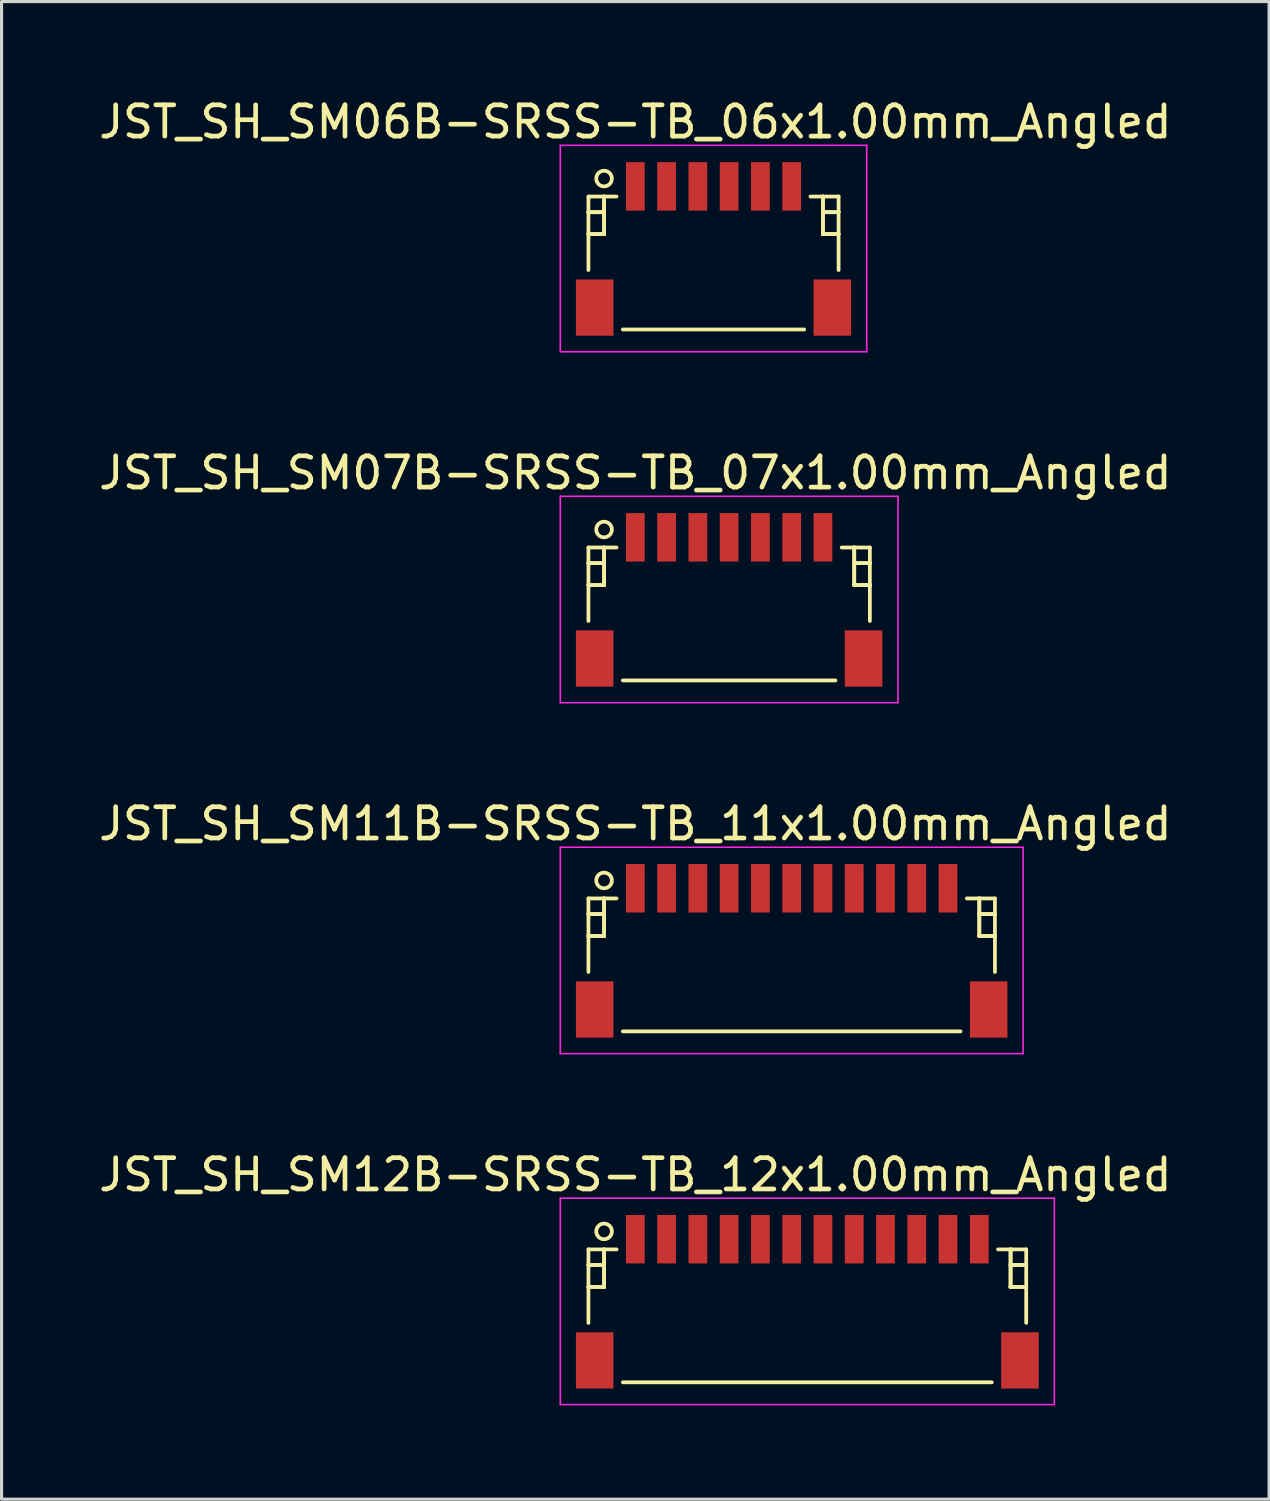
<source format=kicad_pcb>
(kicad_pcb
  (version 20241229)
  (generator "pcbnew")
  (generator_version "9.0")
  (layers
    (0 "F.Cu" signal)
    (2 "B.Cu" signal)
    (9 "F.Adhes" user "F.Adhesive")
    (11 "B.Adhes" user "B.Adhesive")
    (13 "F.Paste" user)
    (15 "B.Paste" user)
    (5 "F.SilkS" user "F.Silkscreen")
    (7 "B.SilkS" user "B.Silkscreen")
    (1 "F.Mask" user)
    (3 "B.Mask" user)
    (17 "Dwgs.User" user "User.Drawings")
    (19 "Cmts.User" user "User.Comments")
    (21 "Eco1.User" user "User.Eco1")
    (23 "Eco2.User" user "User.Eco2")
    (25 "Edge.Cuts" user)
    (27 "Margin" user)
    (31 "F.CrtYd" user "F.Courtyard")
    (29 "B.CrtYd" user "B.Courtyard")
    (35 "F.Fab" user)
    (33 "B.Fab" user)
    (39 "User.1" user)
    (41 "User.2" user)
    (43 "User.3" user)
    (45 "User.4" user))
  (footprint "JST_SH_SM11B-SRSS-TB_11x1.00mm_Angled"
    (layer "F.Cu")
    (at 22.268 27.295)
    (property "Reference" "JST_SH_SM11B-SRSS-TB_11x1.00mm_Angled" (at -5 -4 0) (layer "F.SilkS") (effects (font (size 1 1) (thickness 0.15))))
    (attr smd)
    (fp_line (start -6.5 -1.613) (end -5.6 -1.613) (stroke (width 0.12) (type solid)) (layer "F.SilkS"))
    (fp_line (start -6.5 -1.113) (end -6.5 -1.113) (stroke (width 0.12) (type solid)) (layer "F.SilkS"))
    (fp_line (start -6.5 -1.113) (end -6 -1.113) (stroke (width 0.12) (type solid)) (layer "F.SilkS"))
    (fp_line (start -6.5 -0.412) (end -6.5 -0.412) (stroke (width 0.12) (type solid)) (layer "F.SilkS"))
    (fp_line (start -6.5 -0.412) (end -6 -0.412) (stroke (width 0.12) (type solid)) (layer "F.SilkS"))
    (fp_line (start -6.5 0.738) (end -6.5 -1.613) (stroke (width 0.12) (type solid)) (layer "F.SilkS"))
    (fp_line (start -6 -1.613) (end -6 -1.613) (stroke (width 0.12) (type solid)) (layer "F.SilkS"))
    (fp_line (start -6 -1.613) (end -6 -0.412) (stroke (width 0.12) (type solid)) (layer "F.SilkS"))
    (fp_line (start -6 -1.113) (end -6.5 -1.113) (stroke (width 0.12) (type solid)) (layer "F.SilkS"))
    (fp_line (start -6 -1.113) (end -6 -1.113) (stroke (width 0.12) (type solid)) (layer "F.SilkS"))
    (fp_line (start -6 -0.412) (end -6.5 -0.412) (stroke (width 0.12) (type solid)) (layer "F.SilkS"))
    (fp_line (start -6 -0.412) (end -6 -1.613) (stroke (width 0.12) (type solid)) (layer "F.SilkS"))
    (fp_line (start -6 -0.412) (end -6 -0.412) (stroke (width 0.12) (type solid)) (layer "F.SilkS"))
    (fp_line (start -6 -0.412) (end -6 -0.412) (stroke (width 0.12) (type solid)) (layer "F.SilkS"))
    (fp_line (start -5.4 2.638) (end 5.4 2.638) (stroke (width 0.12) (type solid)) (layer "F.SilkS"))
    (fp_line (start 6 -1.613) (end 6 -1.613) (stroke (width 0.12) (type solid)) (layer "F.SilkS"))
    (fp_line (start 6 -1.613) (end 6 -0.412) (stroke (width 0.12) (type solid)) (layer "F.SilkS"))
    (fp_line (start 6 -1.113) (end 6 -1.113) (stroke (width 0.12) (type solid)) (layer "F.SilkS"))
    (fp_line (start 6 -1.113) (end 6.5 -1.113) (stroke (width 0.12) (type solid)) (layer "F.SilkS"))
    (fp_line (start 6 -0.412) (end 6 -1.613) (stroke (width 0.12) (type solid)) (layer "F.SilkS"))
    (fp_line (start 6 -0.412) (end 6 -0.412) (stroke (width 0.12) (type solid)) (layer "F.SilkS"))
    (fp_line (start 6 -0.412) (end 6 -0.412) (stroke (width 0.12) (type solid)) (layer "F.SilkS"))
    (fp_line (start 6 -0.412) (end 6.5 -0.412) (stroke (width 0.12) (type solid)) (layer "F.SilkS"))
    (fp_line (start 6.5 -1.613) (end 5.6 -1.613) (stroke (width 0.12) (type solid)) (layer "F.SilkS"))
    (fp_line (start 6.5 -1.113) (end 6 -1.113) (stroke (width 0.12) (type solid)) (layer "F.SilkS"))
    (fp_line (start 6.5 -1.113) (end 6.5 -1.113) (stroke (width 0.12) (type solid)) (layer "F.SilkS"))
    (fp_line (start 6.5 -0.412) (end 6 -0.412) (stroke (width 0.12) (type solid)) (layer "F.SilkS"))
    (fp_line (start 6.5 -0.412) (end 6.5 -0.412) (stroke (width 0.12) (type solid)) (layer "F.SilkS"))
    (fp_line (start 6.5 0.738) (end 6.5 -1.613) (stroke (width 0.12) (type solid)) (layer "F.SilkS"))
    (fp_circle (center -6 -2.188) (end -5.75 -2.188) (stroke (width 0.12) (type solid)) (fill no) (layer "F.SilkS"))
    (fp_line (start -7.4 -3.25) (end 7.4 -3.25) (stroke (width 0.05) (type solid)) (layer "F.CrtYd"))
    (fp_line (start -7.4 3.35) (end -7.4 -3.25) (stroke (width 0.05) (type solid)) (layer "F.CrtYd"))
    (fp_line (start 7.4 -3.25) (end 7.4 3.35) (stroke (width 0.05) (type solid)) (layer "F.CrtYd"))
    (fp_line (start 7.4 3.35) (end -7.4 3.35) (stroke (width 0.05) (type solid)) (layer "F.CrtYd"))
    (pad "" smd rect (at -6.3 1.938) (size 1.2 1.8) (layers "F.Cu" "F.Mask" "F.Paste"))
    (pad "" smd rect (at 6.3 1.938) (size 1.2 1.8) (layers "F.Cu" "F.Mask" "F.Paste"))
    (pad "1" smd rect (at -5 -1.938) (size 0.6 1.55) (layers "F.Cu" "F.Mask" "F.Paste"))
    (pad "2" smd rect (at -4 -1.938) (size 0.6 1.55) (layers "F.Cu" "F.Mask" "F.Paste"))
    (pad "3" smd rect (at -3 -1.938) (size 0.6 1.55) (layers "F.Cu" "F.Mask" "F.Paste"))
    (pad "4" smd rect (at -2 -1.938) (size 0.6 1.55) (layers "F.Cu" "F.Mask" "F.Paste"))
    (pad "5" smd rect (at -1 -1.938) (size 0.6 1.55) (layers "F.Cu" "F.Mask" "F.Paste"))
    (pad "6" smd rect (at 0 -1.938) (size 0.6 1.55) (layers "F.Cu" "F.Mask" "F.Paste"))
    (pad "7" smd rect (at 1 -1.938) (size 0.6 1.55) (layers "F.Cu" "F.Mask" "F.Paste"))
    (pad "8" smd rect (at 2 -1.938) (size 0.6 1.55) (layers "F.Cu" "F.Mask" "F.Paste"))
    (pad "9" smd rect (at 3 -1.938) (size 0.6 1.55) (layers "F.Cu" "F.Mask" "F.Paste"))
    (pad "10" smd rect (at 4 -1.938) (size 0.6 1.55) (layers "F.Cu" "F.Mask" "F.Paste"))
    (pad "11" smd rect (at 5 -1.938) (size 0.6 1.55) (layers "F.Cu" "F.Mask" "F.Paste")))
  (footprint "JST_SH_SM07B-SRSS-TB_07x1.00mm_Angled"
    (layer "F.Cu")
    (at 20.268 16.072)
    (property "Reference" "JST_SH_SM07B-SRSS-TB_07x1.00mm_Angled" (at -3 -4 0) (layer "F.SilkS") (effects (font (size 1 1) (thickness 0.15))))
    (attr smd)
    (fp_line (start -4.5 -1.613) (end -3.6 -1.613) (stroke (width 0.12) (type solid)) (layer "F.SilkS"))
    (fp_line (start -4.5 -1.113) (end -4.5 -1.113) (stroke (width 0.12) (type solid)) (layer "F.SilkS"))
    (fp_line (start -4.5 -1.113) (end -4 -1.113) (stroke (width 0.12) (type solid)) (layer "F.SilkS"))
    (fp_line (start -4.5 -0.412) (end -4.5 -0.412) (stroke (width 0.12) (type solid)) (layer "F.SilkS"))
    (fp_line (start -4.5 -0.412) (end -4 -0.412) (stroke (width 0.12) (type solid)) (layer "F.SilkS"))
    (fp_line (start -4.5 0.738) (end -4.5 -1.613) (stroke (width 0.12) (type solid)) (layer "F.SilkS"))
    (fp_line (start -4 -1.613) (end -4 -1.613) (stroke (width 0.12) (type solid)) (layer "F.SilkS"))
    (fp_line (start -4 -1.613) (end -4 -0.412) (stroke (width 0.12) (type solid)) (layer "F.SilkS"))
    (fp_line (start -4 -1.113) (end -4.5 -1.113) (stroke (width 0.12) (type solid)) (layer "F.SilkS"))
    (fp_line (start -4 -1.113) (end -4 -1.113) (stroke (width 0.12) (type solid)) (layer "F.SilkS"))
    (fp_line (start -4 -0.412) (end -4.5 -0.412) (stroke (width 0.12) (type solid)) (layer "F.SilkS"))
    (fp_line (start -4 -0.412) (end -4 -1.613) (stroke (width 0.12) (type solid)) (layer "F.SilkS"))
    (fp_line (start -4 -0.412) (end -4 -0.412) (stroke (width 0.12) (type solid)) (layer "F.SilkS"))
    (fp_line (start -4 -0.412) (end -4 -0.412) (stroke (width 0.12) (type solid)) (layer "F.SilkS"))
    (fp_line (start -3.4 2.638) (end 3.4 2.638) (stroke (width 0.12) (type solid)) (layer "F.SilkS"))
    (fp_line (start 4 -1.613) (end 4 -1.613) (stroke (width 0.12) (type solid)) (layer "F.SilkS"))
    (fp_line (start 4 -1.613) (end 4 -0.412) (stroke (width 0.12) (type solid)) (layer "F.SilkS"))
    (fp_line (start 4 -1.113) (end 4 -1.113) (stroke (width 0.12) (type solid)) (layer "F.SilkS"))
    (fp_line (start 4 -1.113) (end 4.5 -1.113) (stroke (width 0.12) (type solid)) (layer "F.SilkS"))
    (fp_line (start 4 -0.412) (end 4 -1.613) (stroke (width 0.12) (type solid)) (layer "F.SilkS"))
    (fp_line (start 4 -0.412) (end 4 -0.412) (stroke (width 0.12) (type solid)) (layer "F.SilkS"))
    (fp_line (start 4 -0.412) (end 4 -0.412) (stroke (width 0.12) (type solid)) (layer "F.SilkS"))
    (fp_line (start 4 -0.412) (end 4.5 -0.412) (stroke (width 0.12) (type solid)) (layer "F.SilkS"))
    (fp_line (start 4.5 -1.613) (end 3.6 -1.613) (stroke (width 0.12) (type solid)) (layer "F.SilkS"))
    (fp_line (start 4.5 -1.113) (end 4 -1.113) (stroke (width 0.12) (type solid)) (layer "F.SilkS"))
    (fp_line (start 4.5 -1.113) (end 4.5 -1.113) (stroke (width 0.12) (type solid)) (layer "F.SilkS"))
    (fp_line (start 4.5 -0.412) (end 4 -0.412) (stroke (width 0.12) (type solid)) (layer "F.SilkS"))
    (fp_line (start 4.5 -0.412) (end 4.5 -0.412) (stroke (width 0.12) (type solid)) (layer "F.SilkS"))
    (fp_line (start 4.5 0.738) (end 4.5 -1.613) (stroke (width 0.12) (type solid)) (layer "F.SilkS"))
    (fp_circle (center -4 -2.188) (end -3.75 -2.188) (stroke (width 0.12) (type solid)) (fill no) (layer "F.SilkS"))
    (fp_line (start -5.4 -3.25) (end 5.4 -3.25) (stroke (width 0.05) (type solid)) (layer "F.CrtYd"))
    (fp_line (start -5.4 3.35) (end -5.4 -3.25) (stroke (width 0.05) (type solid)) (layer "F.CrtYd"))
    (fp_line (start 5.4 -3.25) (end 5.4 3.35) (stroke (width 0.05) (type solid)) (layer "F.CrtYd"))
    (fp_line (start 5.4 3.35) (end -5.4 3.35) (stroke (width 0.05) (type solid)) (layer "F.CrtYd"))
    (pad "" smd rect (at -4.3 1.938) (size 1.2 1.8) (layers "F.Cu" "F.Mask" "F.Paste"))
    (pad "" smd rect (at 4.3 1.938) (size 1.2 1.8) (layers "F.Cu" "F.Mask" "F.Paste"))
    (pad "1" smd rect (at -3 -1.938) (size 0.6 1.55) (layers "F.Cu" "F.Mask" "F.Paste"))
    (pad "2" smd rect (at -2 -1.938) (size 0.6 1.55) (layers "F.Cu" "F.Mask" "F.Paste"))
    (pad "3" smd rect (at -1 -1.938) (size 0.6 1.55) (layers "F.Cu" "F.Mask" "F.Paste"))
    (pad "4" smd rect (at 0 -1.938) (size 0.6 1.55) (layers "F.Cu" "F.Mask" "F.Paste"))
    (pad "5" smd rect (at 1 -1.938) (size 0.6 1.55) (layers "F.Cu" "F.Mask" "F.Paste"))
    (pad "6" smd rect (at 2 -1.938) (size 0.6 1.55) (layers "F.Cu" "F.Mask" "F.Paste"))
    (pad "7" smd rect (at 3 -1.938) (size 0.6 1.55) (layers "F.Cu" "F.Mask" "F.Paste")))
  (footprint "JST_SH_SM06B-SRSS-TB_06x1.00mm_Angled"
    (layer "F.Cu")
    (at 19.768 4.848)
    (property "Reference" "JST_SH_SM06B-SRSS-TB_06x1.00mm_Angled" (at -2.5 -4 0) (layer "F.SilkS") (effects (font (size 1 1) (thickness 0.15))))
    (attr smd)
    (fp_line (start -4 -1.613) (end -3.1 -1.613) (stroke (width 0.12) (type solid)) (layer "F.SilkS"))
    (fp_line (start -4 -1.113) (end -4 -1.113) (stroke (width 0.12) (type solid)) (layer "F.SilkS"))
    (fp_line (start -4 -1.113) (end -3.5 -1.113) (stroke (width 0.12) (type solid)) (layer "F.SilkS"))
    (fp_line (start -4 -0.412) (end -4 -0.412) (stroke (width 0.12) (type solid)) (layer "F.SilkS"))
    (fp_line (start -4 -0.412) (end -3.5 -0.412) (stroke (width 0.12) (type solid)) (layer "F.SilkS"))
    (fp_line (start -4 0.738) (end -4 -1.613) (stroke (width 0.12) (type solid)) (layer "F.SilkS"))
    (fp_line (start -3.5 -1.613) (end -3.5 -1.613) (stroke (width 0.12) (type solid)) (layer "F.SilkS"))
    (fp_line (start -3.5 -1.613) (end -3.5 -0.412) (stroke (width 0.12) (type solid)) (layer "F.SilkS"))
    (fp_line (start -3.5 -1.113) (end -4 -1.113) (stroke (width 0.12) (type solid)) (layer "F.SilkS"))
    (fp_line (start -3.5 -1.113) (end -3.5 -1.113) (stroke (width 0.12) (type solid)) (layer "F.SilkS"))
    (fp_line (start -3.5 -0.412) (end -4 -0.412) (stroke (width 0.12) (type solid)) (layer "F.SilkS"))
    (fp_line (start -3.5 -0.412) (end -3.5 -1.613) (stroke (width 0.12) (type solid)) (layer "F.SilkS"))
    (fp_line (start -3.5 -0.412) (end -3.5 -0.412) (stroke (width 0.12) (type solid)) (layer "F.SilkS"))
    (fp_line (start -3.5 -0.412) (end -3.5 -0.412) (stroke (width 0.12) (type solid)) (layer "F.SilkS"))
    (fp_line (start -2.9 2.638) (end 2.9 2.638) (stroke (width 0.12) (type solid)) (layer "F.SilkS"))
    (fp_line (start 3.5 -1.613) (end 3.5 -1.613) (stroke (width 0.12) (type solid)) (layer "F.SilkS"))
    (fp_line (start 3.5 -1.613) (end 3.5 -0.412) (stroke (width 0.12) (type solid)) (layer "F.SilkS"))
    (fp_line (start 3.5 -1.113) (end 3.5 -1.113) (stroke (width 0.12) (type solid)) (layer "F.SilkS"))
    (fp_line (start 3.5 -1.113) (end 4 -1.113) (stroke (width 0.12) (type solid)) (layer "F.SilkS"))
    (fp_line (start 3.5 -0.412) (end 3.5 -1.613) (stroke (width 0.12) (type solid)) (layer "F.SilkS"))
    (fp_line (start 3.5 -0.412) (end 3.5 -0.412) (stroke (width 0.12) (type solid)) (layer "F.SilkS"))
    (fp_line (start 3.5 -0.412) (end 3.5 -0.412) (stroke (width 0.12) (type solid)) (layer "F.SilkS"))
    (fp_line (start 3.5 -0.412) (end 4 -0.412) (stroke (width 0.12) (type solid)) (layer "F.SilkS"))
    (fp_line (start 4 -1.613) (end 3.1 -1.613) (stroke (width 0.12) (type solid)) (layer "F.SilkS"))
    (fp_line (start 4 -1.113) (end 3.5 -1.113) (stroke (width 0.12) (type solid)) (layer "F.SilkS"))
    (fp_line (start 4 -1.113) (end 4 -1.113) (stroke (width 0.12) (type solid)) (layer "F.SilkS"))
    (fp_line (start 4 -0.412) (end 3.5 -0.412) (stroke (width 0.12) (type solid)) (layer "F.SilkS"))
    (fp_line (start 4 -0.412) (end 4 -0.412) (stroke (width 0.12) (type solid)) (layer "F.SilkS"))
    (fp_line (start 4 0.738) (end 4 -1.613) (stroke (width 0.12) (type solid)) (layer "F.SilkS"))
    (fp_circle (center -3.5 -2.188) (end -3.25 -2.188) (stroke (width 0.12) (type solid)) (fill no) (layer "F.SilkS"))
    (fp_line (start -4.9 -3.25) (end 4.9 -3.25) (stroke (width 0.05) (type solid)) (layer "F.CrtYd"))
    (fp_line (start -4.9 3.35) (end -4.9 -3.25) (stroke (width 0.05) (type solid)) (layer "F.CrtYd"))
    (fp_line (start 4.9 -3.25) (end 4.9 3.35) (stroke (width 0.05) (type solid)) (layer "F.CrtYd"))
    (fp_line (start 4.9 3.35) (end -4.9 3.35) (stroke (width 0.05) (type solid)) (layer "F.CrtYd"))
    (pad "" smd rect (at -3.8 1.938) (size 1.2 1.8) (layers "F.Cu" "F.Mask" "F.Paste"))
    (pad "" smd rect (at 3.8 1.938) (size 1.2 1.8) (layers "F.Cu" "F.Mask" "F.Paste"))
    (pad "1" smd rect (at -2.5 -1.938) (size 0.6 1.55) (layers "F.Cu" "F.Mask" "F.Paste"))
    (pad "2" smd rect (at -1.5 -1.938) (size 0.6 1.55) (layers "F.Cu" "F.Mask" "F.Paste"))
    (pad "3" smd rect (at -0.5 -1.938) (size 0.6 1.55) (layers "F.Cu" "F.Mask" "F.Paste"))
    (pad "4" smd rect (at 0.5 -1.938) (size 0.6 1.55) (layers "F.Cu" "F.Mask" "F.Paste"))
    (pad "5" smd rect (at 1.5 -1.938) (size 0.6 1.55) (layers "F.Cu" "F.Mask" "F.Paste"))
    (pad "6" smd rect (at 2.5 -1.938) (size 0.6 1.55) (layers "F.Cu" "F.Mask" "F.Paste")))
  (footprint "JST_SH_SM12B-SRSS-TB_12x1.00mm_Angled"
    (layer "F.Cu")
    (at 22.768 38.518)
    (property "Reference" "JST_SH_SM12B-SRSS-TB_12x1.00mm_Angled" (at -5.5 -4 0) (layer "F.SilkS") (effects (font (size 1 1) (thickness 0.15))))
    (attr smd)
    (fp_line (start -7 -1.613) (end -6.1 -1.613) (stroke (width 0.12) (type solid)) (layer "F.SilkS"))
    (fp_line (start -7 -1.113) (end -7 -1.113) (stroke (width 0.12) (type solid)) (layer "F.SilkS"))
    (fp_line (start -7 -1.113) (end -6.5 -1.113) (stroke (width 0.12) (type solid)) (layer "F.SilkS"))
    (fp_line (start -7 -0.412) (end -7 -0.412) (stroke (width 0.12) (type solid)) (layer "F.SilkS"))
    (fp_line (start -7 -0.412) (end -6.5 -0.412) (stroke (width 0.12) (type solid)) (layer "F.SilkS"))
    (fp_line (start -7 0.738) (end -7 -1.613) (stroke (width 0.12) (type solid)) (layer "F.SilkS"))
    (fp_line (start -6.5 -1.613) (end -6.5 -1.613) (stroke (width 0.12) (type solid)) (layer "F.SilkS"))
    (fp_line (start -6.5 -1.613) (end -6.5 -0.412) (stroke (width 0.12) (type solid)) (layer "F.SilkS"))
    (fp_line (start -6.5 -1.113) (end -7 -1.113) (stroke (width 0.12) (type solid)) (layer "F.SilkS"))
    (fp_line (start -6.5 -1.113) (end -6.5 -1.113) (stroke (width 0.12) (type solid)) (layer "F.SilkS"))
    (fp_line (start -6.5 -0.412) (end -7 -0.412) (stroke (width 0.12) (type solid)) (layer "F.SilkS"))
    (fp_line (start -6.5 -0.412) (end -6.5 -1.613) (stroke (width 0.12) (type solid)) (layer "F.SilkS"))
    (fp_line (start -6.5 -0.412) (end -6.5 -0.412) (stroke (width 0.12) (type solid)) (layer "F.SilkS"))
    (fp_line (start -6.5 -0.412) (end -6.5 -0.412) (stroke (width 0.12) (type solid)) (layer "F.SilkS"))
    (fp_line (start -5.9 2.638) (end 5.9 2.638) (stroke (width 0.12) (type solid)) (layer "F.SilkS"))
    (fp_line (start 6.5 -1.613) (end 6.5 -1.613) (stroke (width 0.12) (type solid)) (layer "F.SilkS"))
    (fp_line (start 6.5 -1.613) (end 6.5 -0.412) (stroke (width 0.12) (type solid)) (layer "F.SilkS"))
    (fp_line (start 6.5 -1.113) (end 6.5 -1.113) (stroke (width 0.12) (type solid)) (layer "F.SilkS"))
    (fp_line (start 6.5 -1.113) (end 7 -1.113) (stroke (width 0.12) (type solid)) (layer "F.SilkS"))
    (fp_line (start 6.5 -0.412) (end 6.5 -1.613) (stroke (width 0.12) (type solid)) (layer "F.SilkS"))
    (fp_line (start 6.5 -0.412) (end 6.5 -0.412) (stroke (width 0.12) (type solid)) (layer "F.SilkS"))
    (fp_line (start 6.5 -0.412) (end 6.5 -0.412) (stroke (width 0.12) (type solid)) (layer "F.SilkS"))
    (fp_line (start 6.5 -0.412) (end 7 -0.412) (stroke (width 0.12) (type solid)) (layer "F.SilkS"))
    (fp_line (start 7 -1.613) (end 6.1 -1.613) (stroke (width 0.12) (type solid)) (layer "F.SilkS"))
    (fp_line (start 7 -1.113) (end 6.5 -1.113) (stroke (width 0.12) (type solid)) (layer "F.SilkS"))
    (fp_line (start 7 -1.113) (end 7 -1.113) (stroke (width 0.12) (type solid)) (layer "F.SilkS"))
    (fp_line (start 7 -0.412) (end 6.5 -0.412) (stroke (width 0.12) (type solid)) (layer "F.SilkS"))
    (fp_line (start 7 -0.412) (end 7 -0.412) (stroke (width 0.12) (type solid)) (layer "F.SilkS"))
    (fp_line (start 7 0.738) (end 7 -1.613) (stroke (width 0.12) (type solid)) (layer "F.SilkS"))
    (fp_circle (center -6.5 -2.188) (end -6.25 -2.188) (stroke (width 0.12) (type solid)) (fill no) (layer "F.SilkS"))
    (fp_line (start -7.9 -3.25) (end 7.9 -3.25) (stroke (width 0.05) (type solid)) (layer "F.CrtYd"))
    (fp_line (start -7.9 3.35) (end -7.9 -3.25) (stroke (width 0.05) (type solid)) (layer "F.CrtYd"))
    (fp_line (start 7.9 -3.25) (end 7.9 3.35) (stroke (width 0.05) (type solid)) (layer "F.CrtYd"))
    (fp_line (start 7.9 3.35) (end -7.9 3.35) (stroke (width 0.05) (type solid)) (layer "F.CrtYd"))
    (pad "" smd rect (at -6.8 1.938) (size 1.2 1.8) (layers "F.Cu" "F.Mask" "F.Paste"))
    (pad "" smd rect (at 6.8 1.938) (size 1.2 1.8) (layers "F.Cu" "F.Mask" "F.Paste"))
    (pad "1" smd rect (at -5.5 -1.938) (size 0.6 1.55) (layers "F.Cu" "F.Mask" "F.Paste"))
    (pad "2" smd rect (at -4.5 -1.938) (size 0.6 1.55) (layers "F.Cu" "F.Mask" "F.Paste"))
    (pad "3" smd rect (at -3.5 -1.938) (size 0.6 1.55) (layers "F.Cu" "F.Mask" "F.Paste"))
    (pad "4" smd rect (at -2.5 -1.938) (size 0.6 1.55) (layers "F.Cu" "F.Mask" "F.Paste"))
    (pad "5" smd rect (at -1.5 -1.938) (size 0.6 1.55) (layers "F.Cu" "F.Mask" "F.Paste"))
    (pad "6" smd rect (at -0.5 -1.938) (size 0.6 1.55) (layers "F.Cu" "F.Mask" "F.Paste"))
    (pad "7" smd rect (at 0.5 -1.938) (size 0.6 1.55) (layers "F.Cu" "F.Mask" "F.Paste"))
    (pad "8" smd rect (at 1.5 -1.938) (size 0.6 1.55) (layers "F.Cu" "F.Mask" "F.Paste"))
    (pad "9" smd rect (at 2.5 -1.938) (size 0.6 1.55) (layers "F.Cu" "F.Mask" "F.Paste"))
    (pad "10" smd rect (at 3.5 -1.938) (size 0.6 1.55) (layers "F.Cu" "F.Mask" "F.Paste"))
    (pad "11" smd rect (at 4.5 -1.938) (size 0.6 1.55) (layers "F.Cu" "F.Mask" "F.Paste"))
    (pad "12" smd rect (at 5.5 -1.938) (size 0.6 1.55) (layers "F.Cu" "F.Mask" "F.Paste")))
  (gr_rect
    (start -3 -3)
    (end 37.536 44.893)
    (stroke (width 0.1) (type default))
    (fill no)
    (layer "Edge.Cuts")))
</source>
